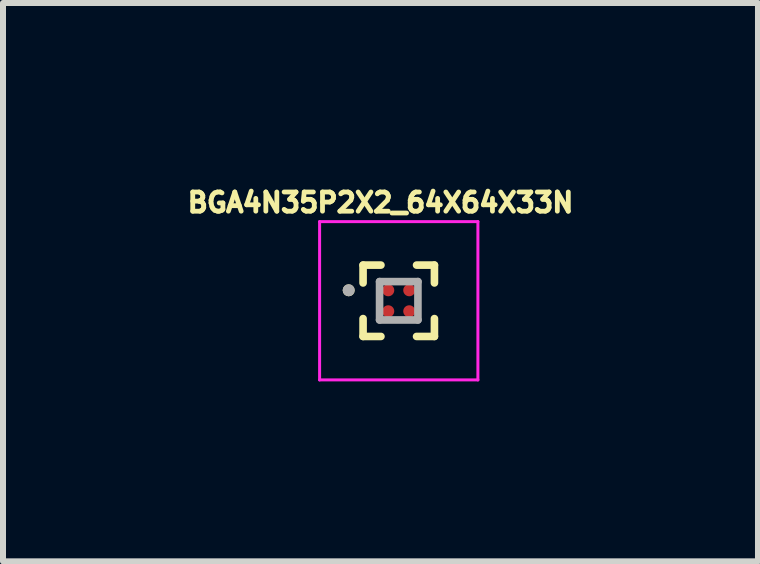
<source format=kicad_pcb>
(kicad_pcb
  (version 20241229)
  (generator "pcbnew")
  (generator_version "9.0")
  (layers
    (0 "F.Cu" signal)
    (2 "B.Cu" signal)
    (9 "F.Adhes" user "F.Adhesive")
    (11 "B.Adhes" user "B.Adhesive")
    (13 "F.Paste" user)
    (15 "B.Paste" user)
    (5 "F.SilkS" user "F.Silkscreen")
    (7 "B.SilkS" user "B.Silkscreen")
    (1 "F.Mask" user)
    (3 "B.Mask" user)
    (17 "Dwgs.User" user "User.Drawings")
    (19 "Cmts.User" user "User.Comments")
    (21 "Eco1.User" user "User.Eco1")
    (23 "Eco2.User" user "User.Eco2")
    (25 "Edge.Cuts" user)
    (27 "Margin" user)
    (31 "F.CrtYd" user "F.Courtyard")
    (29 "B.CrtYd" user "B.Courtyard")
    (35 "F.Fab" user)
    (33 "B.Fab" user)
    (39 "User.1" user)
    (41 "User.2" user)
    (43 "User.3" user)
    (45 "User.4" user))
  (footprint "BGA4N35P2X2_64X64X33N"
    (layer "F.Cu")
    (at 3.6 1.966)
    (property "Reference" "BGA4N35P2X2_64X64X33N" (at -0.304 -1.638 0) (layer "F.SilkS") (effects (font (size 0.32 0.32) (thickness 0.15))))
    (attr through_hole)
    (fp_circle (center -0.175 -0.175) (end -0.1 -0.175) (stroke (width 0.15) (type solid)) (fill no) (layer "F.Mask"))
    (fp_circle (center -0.175 0.175) (end -0.1 0.175) (stroke (width 0.15) (type solid)) (fill no) (layer "F.Mask"))
    (fp_circle (center 0.175 -0.175) (end 0.25 -0.175) (stroke (width 0.15) (type solid)) (fill no) (layer "F.Mask"))
    (fp_circle (center 0.175 0.175) (end 0.25 0.175) (stroke (width 0.15) (type solid)) (fill no) (layer "F.Mask"))
    (fp_line (start -0.595 -0.595) (end -0.595 -0.297) (stroke (width 0.127) (type solid)) (layer "F.SilkS"))
    (fp_line (start -0.595 0.297) (end -0.595 0.595) (stroke (width 0.127) (type solid)) (layer "F.SilkS"))
    (fp_line (start -0.595 0.595) (end -0.297 0.595) (stroke (width 0.127) (type solid)) (layer "F.SilkS"))
    (fp_line (start -0.297 -0.595) (end -0.595 -0.595) (stroke (width 0.127) (type solid)) (layer "F.SilkS"))
    (fp_line (start 0.297 -0.595) (end 0.595 -0.595) (stroke (width 0.127) (type solid)) (layer "F.SilkS"))
    (fp_line (start 0.595 -0.595) (end 0.595 -0.297) (stroke (width 0.127) (type solid)) (layer "F.SilkS"))
    (fp_line (start 0.595 0.297) (end 0.595 0.595) (stroke (width 0.127) (type solid)) (layer "F.SilkS"))
    (fp_line (start 0.595 0.595) (end 0.297 0.595) (stroke (width 0.127) (type solid)) (layer "F.SilkS"))
    (fp_circle (center -0.835 -0.175) (end -0.785 -0.175) (stroke (width 0.1) (type solid)) (fill no) (layer "F.SilkS"))
    (fp_line (start -1.32 -1.32) (end 1.32 -1.32) (stroke (width 0.05) (type solid)) (layer "F.CrtYd"))
    (fp_line (start -1.32 1.32) (end -1.32 -1.32) (stroke (width 0.05) (type solid)) (layer "F.CrtYd"))
    (fp_line (start -1.32 1.32) (end 1.32 1.32) (stroke (width 0.05) (type solid)) (layer "F.CrtYd"))
    (fp_line (start 1.32 1.32) (end 1.32 -1.32) (stroke (width 0.05) (type solid)) (layer "F.CrtYd"))
    (fp_line (start -0.32 0.32) (end -0.32 -0.32) (stroke (width 0.127) (type solid)) (layer "F.Fab"))
    (fp_line (start 0.32 -0.32) (end -0.32 -0.32) (stroke (width 0.127) (type solid)) (layer "F.Fab"))
    (fp_line (start 0.32 0.32) (end -0.32 0.32) (stroke (width 0.127) (type solid)) (layer "F.Fab"))
    (fp_line (start 0.32 0.32) (end 0.32 -0.32) (stroke (width 0.127) (type solid)) (layer "F.Fab"))
    (fp_circle (center -0.835 -0.175) (end -0.785 -0.175) (stroke (width 0.1) (type solid)) (fill no) (layer "F.Fab"))
    (pad "A1" smd circle (at -0.175 -0.175) (size 0.2 0.2) (layers "F.Cu" "F.Paste"))
    (pad "A2" smd circle (at 0.175 -0.175) (size 0.2 0.2) (layers "F.Cu" "F.Paste"))
    (pad "B1" smd circle (at -0.175 0.175) (size 0.2 0.2) (layers "F.Cu" "F.Paste"))
    (pad "B2" smd circle (at 0.175 0.175) (size 0.2 0.2) (layers "F.Cu" "F.Paste")))
  (gr_rect
    (start -3 -3)
    (end 9.591 6.311)
    (stroke (width 0.1) (type default))
    (fill no)
    (layer "Edge.Cuts")))
</source>
